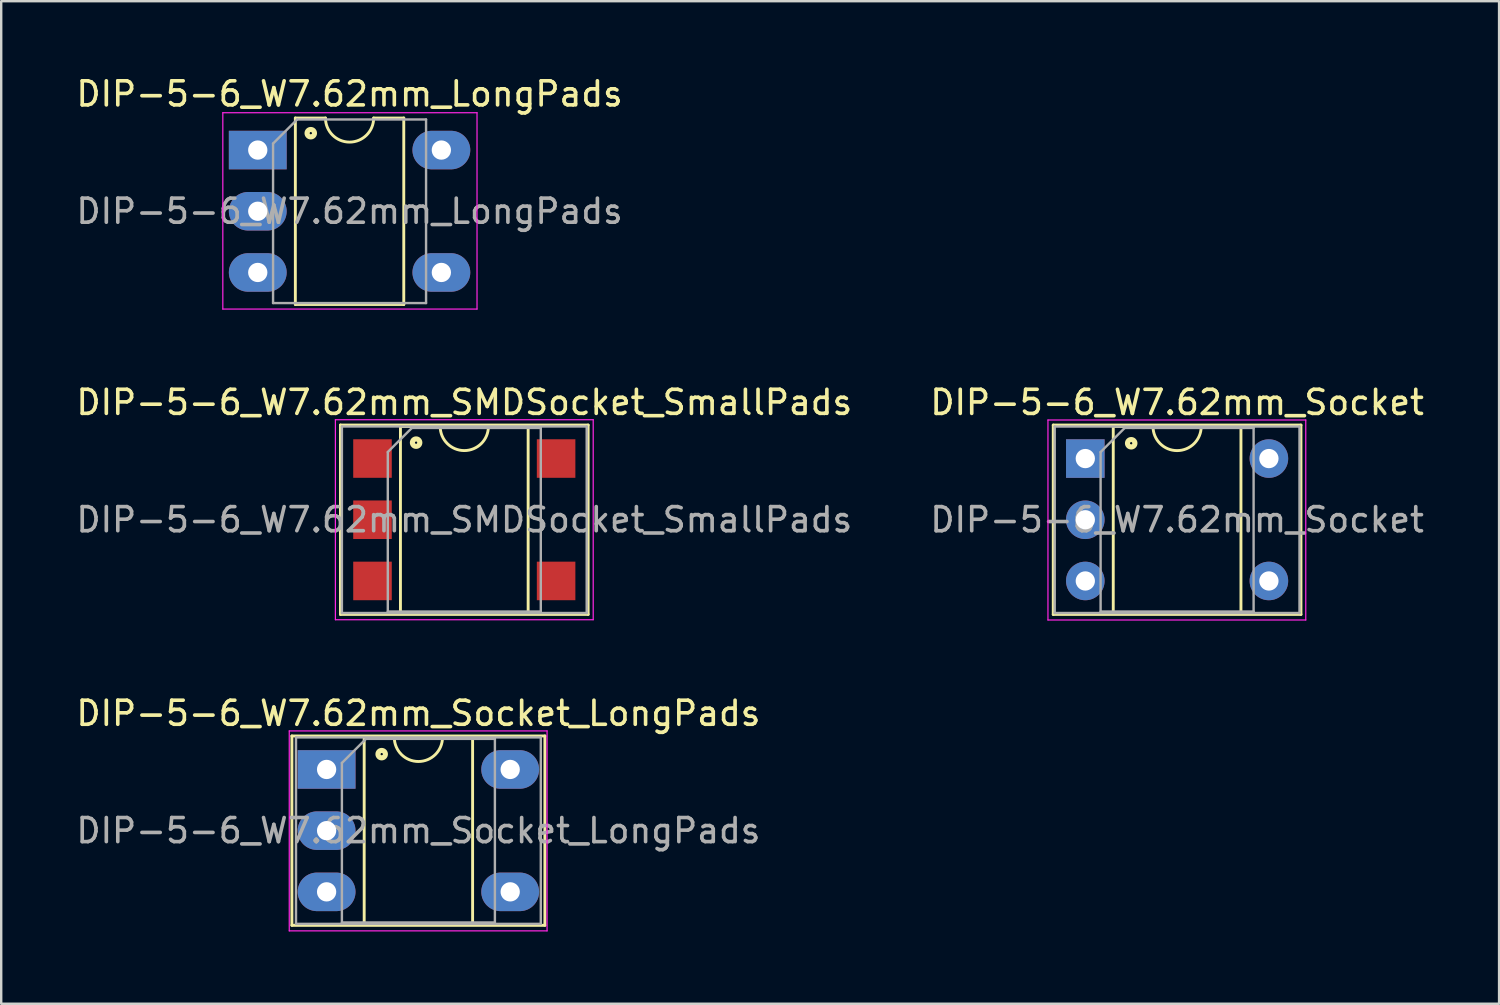
<source format=kicad_pcb>
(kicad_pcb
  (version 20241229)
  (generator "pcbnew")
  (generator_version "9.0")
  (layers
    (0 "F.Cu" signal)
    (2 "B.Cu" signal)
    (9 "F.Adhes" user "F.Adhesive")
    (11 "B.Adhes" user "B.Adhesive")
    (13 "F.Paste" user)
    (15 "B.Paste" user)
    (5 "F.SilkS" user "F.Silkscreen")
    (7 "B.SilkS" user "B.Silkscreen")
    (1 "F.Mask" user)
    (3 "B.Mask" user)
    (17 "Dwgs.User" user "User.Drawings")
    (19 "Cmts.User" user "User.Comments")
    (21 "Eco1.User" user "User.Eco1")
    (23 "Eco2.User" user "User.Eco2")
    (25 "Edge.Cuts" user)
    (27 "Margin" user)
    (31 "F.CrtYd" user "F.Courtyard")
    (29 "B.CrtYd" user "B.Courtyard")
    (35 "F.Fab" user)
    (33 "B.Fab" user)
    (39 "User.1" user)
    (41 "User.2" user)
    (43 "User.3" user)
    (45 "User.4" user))
  (footprint "DIP-5-6_W7.62mm_Socket_LongPads"
    (layer "F.Cu")
    (at 10.505 28.885)
    (property "Reference" "DIP-5-6_W7.62mm_Socket_LongPads" (at 3.81 -2.33 0) (layer "F.SilkS") (effects (font (size 1 1) (thickness 0.15))))
    (attr through_hole)
    (fp_line (start -1.44 -1.39) (end -1.44 6.47) (stroke (width 0.12) (type solid)) (layer "F.SilkS"))
    (fp_line (start -1.44 6.47) (end 9.06 6.47) (stroke (width 0.12) (type solid)) (layer "F.SilkS"))
    (fp_line (start 1.56 -1.33) (end 1.56 6.41) (stroke (width 0.12) (type solid)) (layer "F.SilkS"))
    (fp_line (start 1.56 6.41) (end 6.06 6.41) (stroke (width 0.12) (type solid)) (layer "F.SilkS"))
    (fp_line (start 2.81 -1.33) (end 1.56 -1.33) (stroke (width 0.12) (type solid)) (layer "F.SilkS"))
    (fp_line (start 6.06 -1.33) (end 4.81 -1.33) (stroke (width 0.12) (type solid)) (layer "F.SilkS"))
    (fp_line (start 6.06 6.41) (end 6.06 -1.33) (stroke (width 0.12) (type solid)) (layer "F.SilkS"))
    (fp_line (start 9.06 -1.39) (end -1.44 -1.39) (stroke (width 0.12) (type solid)) (layer "F.SilkS"))
    (fp_line (start 9.06 6.47) (end 9.06 -1.39) (stroke (width 0.12) (type solid)) (layer "F.SilkS"))
    (fp_arc (start 4.81 -1.33) (mid 3.81 -0.33) (end 2.81 -1.33) (stroke (width 0.12) (type solid)) (layer "F.SilkS"))
    (fp_circle (center 2.286 -0.635) (end 2.336 -0.635) (stroke (width 0.12) (type solid)) (fill no) (layer "F.SilkS"))
    (fp_circle (center 2.286 -0.635) (end 2.411 -0.635) (stroke (width 0.12) (type solid)) (fill no) (layer "F.SilkS"))
    (fp_circle (center 2.286 -0.635) (end 2.486 -0.635) (stroke (width 0.12) (type solid)) (fill no) (layer "F.SilkS"))
    (fp_line (start -1.55 -1.6) (end -1.55 6.7) (stroke (width 0.05) (type solid)) (layer "F.CrtYd"))
    (fp_line (start -1.55 6.7) (end 9.15 6.7) (stroke (width 0.05) (type solid)) (layer "F.CrtYd"))
    (fp_line (start 9.15 -1.6) (end -1.55 -1.6) (stroke (width 0.05) (type solid)) (layer "F.CrtYd"))
    (fp_line (start 9.15 6.7) (end 9.15 -1.6) (stroke (width 0.05) (type solid)) (layer "F.CrtYd"))
    (fp_line (start -1.27 -1.33) (end -1.27 6.41) (stroke (width 0.1) (type solid)) (layer "F.Fab"))
    (fp_line (start -1.27 6.41) (end 8.89 6.41) (stroke (width 0.1) (type solid)) (layer "F.Fab"))
    (fp_line (start 0.635 -0.27) (end 1.635 -1.27) (stroke (width 0.1) (type solid)) (layer "F.Fab"))
    (fp_line (start 0.635 6.35) (end 0.635 -0.27) (stroke (width 0.1) (type solid)) (layer "F.Fab"))
    (fp_line (start 1.635 -1.27) (end 6.985 -1.27) (stroke (width 0.1) (type solid)) (layer "F.Fab"))
    (fp_line (start 6.985 -1.27) (end 6.985 6.35) (stroke (width 0.1) (type solid)) (layer "F.Fab"))
    (fp_line (start 6.985 6.35) (end 0.635 6.35) (stroke (width 0.1) (type solid)) (layer "F.Fab"))
    (fp_line (start 8.89 -1.33) (end -1.27 -1.33) (stroke (width 0.1) (type solid)) (layer "F.Fab"))
    (fp_line (start 8.89 6.41) (end 8.89 -1.33) (stroke (width 0.1) (type solid)) (layer "F.Fab"))
    (fp_text user "${REFERENCE}" (at 3.81 2.54 0) (layer "F.Fab") (effects (font (size 1 1) (thickness 0.15))))
    (pad "1" thru_hole rect (at 0 0) (size 2.4 1.6) (drill 0.8) (layers "*.Cu" "*.Mask"))
    (pad "2" thru_hole oval (at 0 2.54) (size 2.4 1.6) (drill 0.8) (layers "*.Cu" "*.Mask"))
    (pad "3" thru_hole oval (at 0 5.08) (size 2.4 1.6) (drill 0.8) (layers "*.Cu" "*.Mask"))
    (pad "4" thru_hole oval (at 7.62 5.08) (size 2.4 1.6) (drill 0.8) (layers "*.Cu" "*.Mask"))
    (pad "6" thru_hole oval (at 7.62 0) (size 2.4 1.6) (drill 0.8) (layers "*.Cu" "*.Mask")))
  (footprint "DIP-5-6_W7.62mm_SMDSocket_SmallPads"
    (layer "F.Cu")
    (at 16.22 18.521)
    (property "Reference" "DIP-5-6_W7.62mm_SMDSocket_SmallPads" (at 0 -4.87 0) (layer "F.SilkS") (effects (font (size 1 1) (thickness 0.15))))
    (attr smd)
    (fp_line (start -5.14 -3.93) (end -5.14 3.93) (stroke (width 0.12) (type solid)) (layer "F.SilkS"))
    (fp_line (start -5.14 3.93) (end 5.14 3.93) (stroke (width 0.12) (type solid)) (layer "F.SilkS"))
    (fp_line (start -2.65 -3.87) (end -2.65 3.87) (stroke (width 0.12) (type solid)) (layer "F.SilkS"))
    (fp_line (start -2.65 3.87) (end 2.65 3.87) (stroke (width 0.12) (type solid)) (layer "F.SilkS"))
    (fp_line (start -1 -3.87) (end -2.65 -3.87) (stroke (width 0.12) (type solid)) (layer "F.SilkS"))
    (fp_line (start 2.65 -3.87) (end 1 -3.87) (stroke (width 0.12) (type solid)) (layer "F.SilkS"))
    (fp_line (start 2.65 3.87) (end 2.65 -3.87) (stroke (width 0.12) (type solid)) (layer "F.SilkS"))
    (fp_line (start 5.14 -3.93) (end -5.14 -3.93) (stroke (width 0.12) (type solid)) (layer "F.SilkS"))
    (fp_line (start 5.14 3.93) (end 5.14 -3.93) (stroke (width 0.12) (type solid)) (layer "F.SilkS"))
    (fp_arc (start 1 -3.87) (mid 0 -2.87) (end -1 -3.87) (stroke (width 0.12) (type solid)) (layer "F.SilkS"))
    (fp_circle (center -2 -3.2) (end -1.95 -3.2) (stroke (width 0.12) (type solid)) (fill no) (layer "F.SilkS"))
    (fp_circle (center -2 -3.2) (end -1.875 -3.2) (stroke (width 0.12) (type solid)) (fill no) (layer "F.SilkS"))
    (fp_circle (center -2 -3.2) (end -1.8 -3.2) (stroke (width 0.12) (type solid)) (fill no) (layer "F.SilkS"))
    (fp_line (start -5.35 -4.15) (end -5.35 4.15) (stroke (width 0.05) (type solid)) (layer "F.CrtYd"))
    (fp_line (start -5.35 4.15) (end 5.35 4.15) (stroke (width 0.05) (type solid)) (layer "F.CrtYd"))
    (fp_line (start 5.35 -4.15) (end -5.35 -4.15) (stroke (width 0.05) (type solid)) (layer "F.CrtYd"))
    (fp_line (start 5.35 4.15) (end 5.35 -4.15) (stroke (width 0.05) (type solid)) (layer "F.CrtYd"))
    (fp_line (start -5.08 -3.87) (end -5.08 3.87) (stroke (width 0.1) (type solid)) (layer "F.Fab"))
    (fp_line (start -5.08 3.87) (end 5.08 3.87) (stroke (width 0.1) (type solid)) (layer "F.Fab"))
    (fp_line (start -3.175 -2.81) (end -2.175 -3.81) (stroke (width 0.1) (type solid)) (layer "F.Fab"))
    (fp_line (start -3.175 3.81) (end -3.175 -2.81) (stroke (width 0.1) (type solid)) (layer "F.Fab"))
    (fp_line (start -2.175 -3.81) (end 3.175 -3.81) (stroke (width 0.1) (type solid)) (layer "F.Fab"))
    (fp_line (start 3.175 -3.81) (end 3.175 3.81) (stroke (width 0.1) (type solid)) (layer "F.Fab"))
    (fp_line (start 3.175 3.81) (end -3.175 3.81) (stroke (width 0.1) (type solid)) (layer "F.Fab"))
    (fp_line (start 5.08 -3.87) (end -5.08 -3.87) (stroke (width 0.1) (type solid)) (layer "F.Fab"))
    (fp_line (start 5.08 3.87) (end 5.08 -3.87) (stroke (width 0.1) (type solid)) (layer "F.Fab"))
    (fp_text user "${REFERENCE}" (at 0 0 0) (layer "F.Fab") (effects (font (size 1 1) (thickness 0.15))))
    (pad "1" smd rect (at -3.81 -2.54) (size 1.6 1.6) (layers "F.Cu" "F.Mask" "F.Paste"))
    (pad "2" smd rect (at -3.81 0) (size 1.6 1.6) (layers "F.Cu" "F.Mask" "F.Paste"))
    (pad "3" smd rect (at -3.81 2.54) (size 1.6 1.6) (layers "F.Cu" "F.Mask" "F.Paste"))
    (pad "4" smd rect (at 3.81 2.54) (size 1.6 1.6) (layers "F.Cu" "F.Mask" "F.Paste"))
    (pad "6" smd rect (at 3.81 -2.54) (size 1.6 1.6) (layers "F.Cu" "F.Mask" "F.Paste")))
  (footprint "DIP-5-6_W7.62mm_LongPads"
    (layer "F.Cu")
    (at 7.648 3.178)
    (property "Reference" "DIP-5-6_W7.62mm_LongPads" (at 3.81 -2.33 0) (layer "F.SilkS") (effects (font (size 1 1) (thickness 0.15))))
    (attr through_hole)
    (fp_line (start 1.56 -1.33) (end 1.56 6.41) (stroke (width 0.12) (type solid)) (layer "F.SilkS"))
    (fp_line (start 1.56 6.41) (end 6.06 6.41) (stroke (width 0.12) (type solid)) (layer "F.SilkS"))
    (fp_line (start 2.81 -1.33) (end 1.56 -1.33) (stroke (width 0.12) (type solid)) (layer "F.SilkS"))
    (fp_line (start 6.06 -1.33) (end 4.81 -1.33) (stroke (width 0.12) (type solid)) (layer "F.SilkS"))
    (fp_line (start 6.06 6.41) (end 6.06 -1.33) (stroke (width 0.12) (type solid)) (layer "F.SilkS"))
    (fp_arc (start 4.81 -1.33) (mid 3.81 -0.33) (end 2.81 -1.33) (stroke (width 0.12) (type solid)) (layer "F.SilkS"))
    (fp_circle (center 2.2 -0.7) (end 2.25 -0.7) (stroke (width 0.12) (type solid)) (fill no) (layer "F.SilkS"))
    (fp_circle (center 2.2 -0.7) (end 2.325 -0.7) (stroke (width 0.12) (type solid)) (fill no) (layer "F.SilkS"))
    (fp_circle (center 2.2 -0.7) (end 2.4 -0.7) (stroke (width 0.12) (type solid)) (fill no) (layer "F.SilkS"))
    (fp_line (start -1.45 -1.55) (end -1.45 6.6) (stroke (width 0.05) (type solid)) (layer "F.CrtYd"))
    (fp_line (start -1.45 6.6) (end 9.1 6.6) (stroke (width 0.05) (type solid)) (layer "F.CrtYd"))
    (fp_line (start 9.1 -1.55) (end -1.45 -1.55) (stroke (width 0.05) (type solid)) (layer "F.CrtYd"))
    (fp_line (start 9.1 6.6) (end 9.1 -1.55) (stroke (width 0.05) (type solid)) (layer "F.CrtYd"))
    (fp_line (start 0.635 -0.27) (end 1.635 -1.27) (stroke (width 0.1) (type solid)) (layer "F.Fab"))
    (fp_line (start 0.635 6.35) (end 0.635 -0.27) (stroke (width 0.1) (type solid)) (layer "F.Fab"))
    (fp_line (start 1.635 -1.27) (end 6.985 -1.27) (stroke (width 0.1) (type solid)) (layer "F.Fab"))
    (fp_line (start 6.985 -1.27) (end 6.985 6.35) (stroke (width 0.1) (type solid)) (layer "F.Fab"))
    (fp_line (start 6.985 6.35) (end 0.635 6.35) (stroke (width 0.1) (type solid)) (layer "F.Fab"))
    (fp_text user "${REFERENCE}" (at 3.81 2.54 0) (layer "F.Fab") (effects (font (size 1 1) (thickness 0.15))))
    (pad "1" thru_hole rect (at 0 0) (size 2.4 1.6) (drill 0.8) (layers "*.Cu" "*.Mask"))
    (pad "2" thru_hole oval (at 0 2.54) (size 2.4 1.6) (drill 0.8) (layers "*.Cu" "*.Mask"))
    (pad "3" thru_hole oval (at 0 5.08) (size 2.4 1.6) (drill 0.8) (layers "*.Cu" "*.Mask"))
    (pad "4" thru_hole oval (at 7.62 5.08) (size 2.4 1.6) (drill 0.8) (layers "*.Cu" "*.Mask"))
    (pad "6" thru_hole oval (at 7.62 0) (size 2.4 1.6) (drill 0.8) (layers "*.Cu" "*.Mask")))
  (footprint "DIP-5-6_W7.62mm_Socket"
    (layer "F.Cu")
    (at 41.994 15.982)
    (property "Reference" "DIP-5-6_W7.62mm_Socket" (at 3.81 -2.33 0) (layer "F.SilkS") (effects (font (size 1 1) (thickness 0.15))))
    (attr through_hole)
    (fp_line (start -1.33 -1.39) (end -1.33 6.47) (stroke (width 0.12) (type solid)) (layer "F.SilkS"))
    (fp_line (start -1.33 6.47) (end 8.95 6.47) (stroke (width 0.12) (type solid)) (layer "F.SilkS"))
    (fp_line (start 1.16 -1.33) (end 1.16 6.41) (stroke (width 0.12) (type solid)) (layer "F.SilkS"))
    (fp_line (start 1.16 6.41) (end 6.46 6.41) (stroke (width 0.12) (type solid)) (layer "F.SilkS"))
    (fp_line (start 2.81 -1.33) (end 1.16 -1.33) (stroke (width 0.12) (type solid)) (layer "F.SilkS"))
    (fp_line (start 6.46 -1.33) (end 4.81 -1.33) (stroke (width 0.12) (type solid)) (layer "F.SilkS"))
    (fp_line (start 6.46 6.41) (end 6.46 -1.33) (stroke (width 0.12) (type solid)) (layer "F.SilkS"))
    (fp_line (start 8.95 -1.39) (end -1.33 -1.39) (stroke (width 0.12) (type solid)) (layer "F.SilkS"))
    (fp_line (start 8.95 6.47) (end 8.95 -1.39) (stroke (width 0.12) (type solid)) (layer "F.SilkS"))
    (fp_arc (start 4.81 -1.33) (mid 3.81 -0.33) (end 2.81 -1.33) (stroke (width 0.12) (type solid)) (layer "F.SilkS"))
    (fp_circle (center 1.905 -0.635) (end 1.955 -0.635) (stroke (width 0.12) (type solid)) (fill no) (layer "F.SilkS"))
    (fp_circle (center 1.905 -0.635) (end 2.03 -0.635) (stroke (width 0.12) (type solid)) (fill no) (layer "F.SilkS"))
    (fp_circle (center 1.905 -0.635) (end 2.105 -0.635) (stroke (width 0.12) (type solid)) (fill no) (layer "F.SilkS"))
    (fp_line (start -1.55 -1.6) (end -1.55 6.7) (stroke (width 0.05) (type solid)) (layer "F.CrtYd"))
    (fp_line (start -1.55 6.7) (end 9.15 6.7) (stroke (width 0.05) (type solid)) (layer "F.CrtYd"))
    (fp_line (start 9.15 -1.6) (end -1.55 -1.6) (stroke (width 0.05) (type solid)) (layer "F.CrtYd"))
    (fp_line (start 9.15 6.7) (end 9.15 -1.6) (stroke (width 0.05) (type solid)) (layer "F.CrtYd"))
    (fp_line (start -1.27 -1.33) (end -1.27 6.41) (stroke (width 0.1) (type solid)) (layer "F.Fab"))
    (fp_line (start -1.27 6.41) (end 8.89 6.41) (stroke (width 0.1) (type solid)) (layer "F.Fab"))
    (fp_line (start 0.635 -0.27) (end 1.635 -1.27) (stroke (width 0.1) (type solid)) (layer "F.Fab"))
    (fp_line (start 0.635 6.35) (end 0.635 -0.27) (stroke (width 0.1) (type solid)) (layer "F.Fab"))
    (fp_line (start 1.635 -1.27) (end 6.985 -1.27) (stroke (width 0.1) (type solid)) (layer "F.Fab"))
    (fp_line (start 6.985 -1.27) (end 6.985 6.35) (stroke (width 0.1) (type solid)) (layer "F.Fab"))
    (fp_line (start 6.985 6.35) (end 0.635 6.35) (stroke (width 0.1) (type solid)) (layer "F.Fab"))
    (fp_line (start 8.89 -1.33) (end -1.27 -1.33) (stroke (width 0.1) (type solid)) (layer "F.Fab"))
    (fp_line (start 8.89 6.41) (end 8.89 -1.33) (stroke (width 0.1) (type solid)) (layer "F.Fab"))
    (fp_text user "${REFERENCE}" (at 3.81 2.54 0) (layer "F.Fab") (effects (font (size 1 1) (thickness 0.15))))
    (pad "1" thru_hole rect (at 0 0) (size 1.6 1.6) (drill 0.8) (layers "*.Cu" "*.Mask"))
    (pad "2" thru_hole oval (at 0 2.54) (size 1.6 1.6) (drill 0.8) (layers "*.Cu" "*.Mask"))
    (pad "3" thru_hole oval (at 0 5.08) (size 1.6 1.6) (drill 0.8) (layers "*.Cu" "*.Mask"))
    (pad "4" thru_hole oval (at 7.62 5.08) (size 1.6 1.6) (drill 0.8) (layers "*.Cu" "*.Mask"))
    (pad "6" thru_hole oval (at 7.62 0) (size 1.6 1.6) (drill 0.8) (layers "*.Cu" "*.Mask")))
  (gr_rect
    (start -3 -3)
    (end 59.167 38.61)
    (stroke (width 0.1) (type default))
    (fill no)
    (layer "Edge.Cuts")))
</source>
